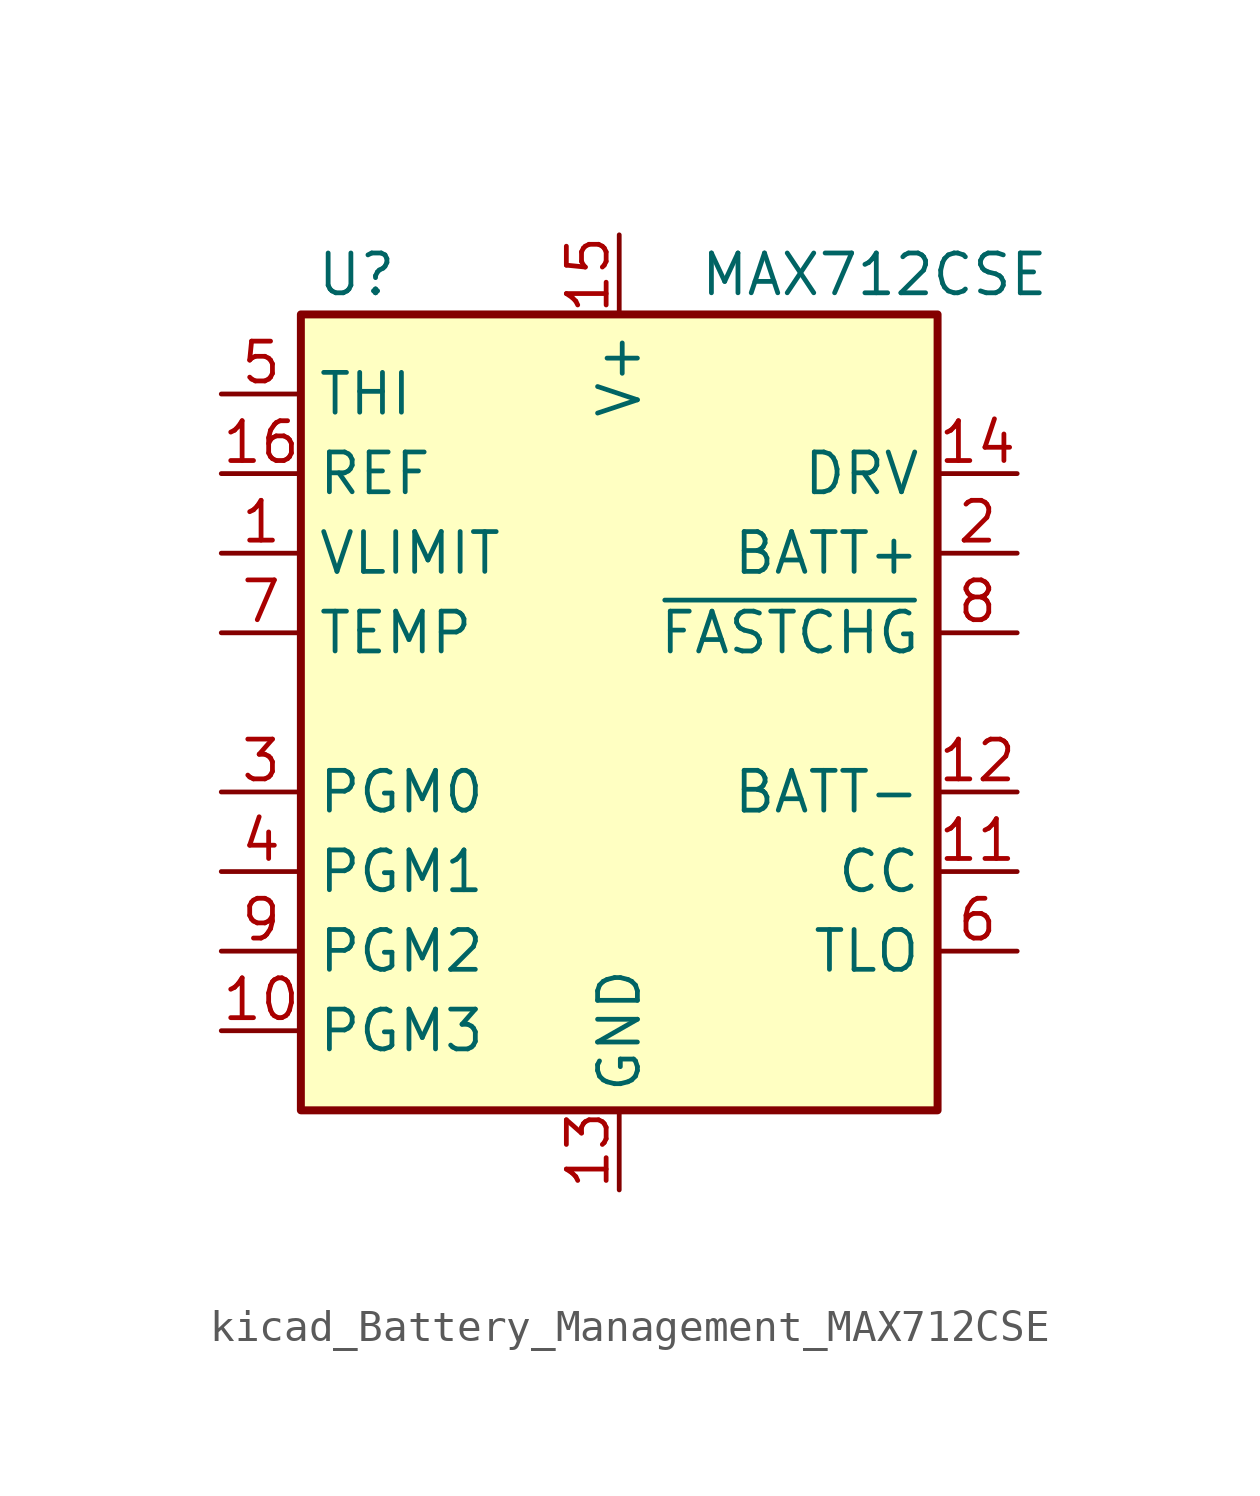
<source format=kicad_sym>
(kicad_symbol_lib
  (version 20220914)
  (generator kicad_symbol_editor)
  (symbol "kicad_Battery_Management_MAX712CSE"
    (property "Reference" "U"
      (at -8.382 13.97 0)
      (effects (font (size 1.27 1.27))))
    (property "Value" "MAX712CSE"
      (at 2.54 13.97 0)
      (effects (font (size 1.27 1.27)) (justify left)))
    (symbol "kicad_Battery_Management_MAX712CSE_0_1"
      (rectangle (start -10.16 12.7) (end 10.16 -12.7) (stroke (width 0.254) (type default)) (fill (type background))))
    (symbol "kicad_Battery_Management_MAX712CSE_1_1"
      (pin input line (at -12.7 5.08 0) (length 2.54) (name "VLIMIT" (effects (font (size 1.27 1.27)))) (number "1" (effects (font (size 1.27 1.27)))))
      (pin input line (at -12.7 -10.16 0) (length 2.54) (name "PGM3" (effects (font (size 1.27 1.27)))) (number "10" (effects (font (size 1.27 1.27)))))
      (pin input line (at 12.7 -5.08 180) (length 2.54) (name "CC" (effects (font (size 1.27 1.27)))) (number "11" (effects (font (size 1.27 1.27)))))
      (pin input line (at 12.7 -2.54 180) (length 2.54) (name "BATT-" (effects (font (size 1.27 1.27)))) (number "12" (effects (font (size 1.27 1.27)))))
      (pin power_in line (at 0 -15.24 90) (length 2.54) (name "GND" (effects (font (size 1.27 1.27)))) (number "13" (effects (font (size 1.27 1.27)))))
      (pin output line (at 12.7 7.62 180) (length 2.54) (name "DRV" (effects (font (size 1.27 1.27)))) (number "14" (effects (font (size 1.27 1.27)))))
      (pin power_in line (at 0 15.24 270) (length 2.54) (name "V+" (effects (font (size 1.27 1.27)))) (number "15" (effects (font (size 1.27 1.27)))))
      (pin power_in line (at -12.7 7.62 0) (length 2.54) (name "REF" (effects (font (size 1.27 1.27)))) (number "16" (effects (font (size 1.27 1.27)))))
      (pin power_out line (at 12.7 5.08 180) (length 2.54) (name "BATT+" (effects (font (size 1.27 1.27)))) (number "2" (effects (font (size 1.27 1.27)))))
      (pin power_out line (at -12.7 -2.54 0) (length 2.54) (name "PGM0" (effects (font (size 1.27 1.27)))) (number "3" (effects (font (size 1.27 1.27)))))
      (pin power_out line (at -12.7 -5.08 0) (length 2.54) (name "PGM1" (effects (font (size 1.27 1.27)))) (number "4" (effects (font (size 1.27 1.27)))))
      (pin input line (at -12.7 10.16 0) (length 2.54) (name "THI" (effects (font (size 1.27 1.27)))) (number "5" (effects (font (size 1.27 1.27)))))
      (pin input line (at 12.7 -7.62 180) (length 2.54) (name "TLO" (effects (font (size 1.27 1.27)))) (number "6" (effects (font (size 1.27 1.27)))))
      (pin input line (at -12.7 2.54 0) (length 2.54) (name "TEMP" (effects (font (size 1.27 1.27)))) (number "7" (effects (font (size 1.27 1.27)))))
      (pin open_collector line (at 12.7 2.54 180) (length 2.54) (name "~{FASTCHG}" (effects (font (size 1.27 1.27)))) (number "8" (effects (font (size 1.27 1.27)))))
      (pin input line (at -12.7 -7.62 0) (length 2.54) (name "PGM2" (effects (font (size 1.27 1.27)))) (number "9" (effects (font (size 1.27 1.27))))))))
</source>
